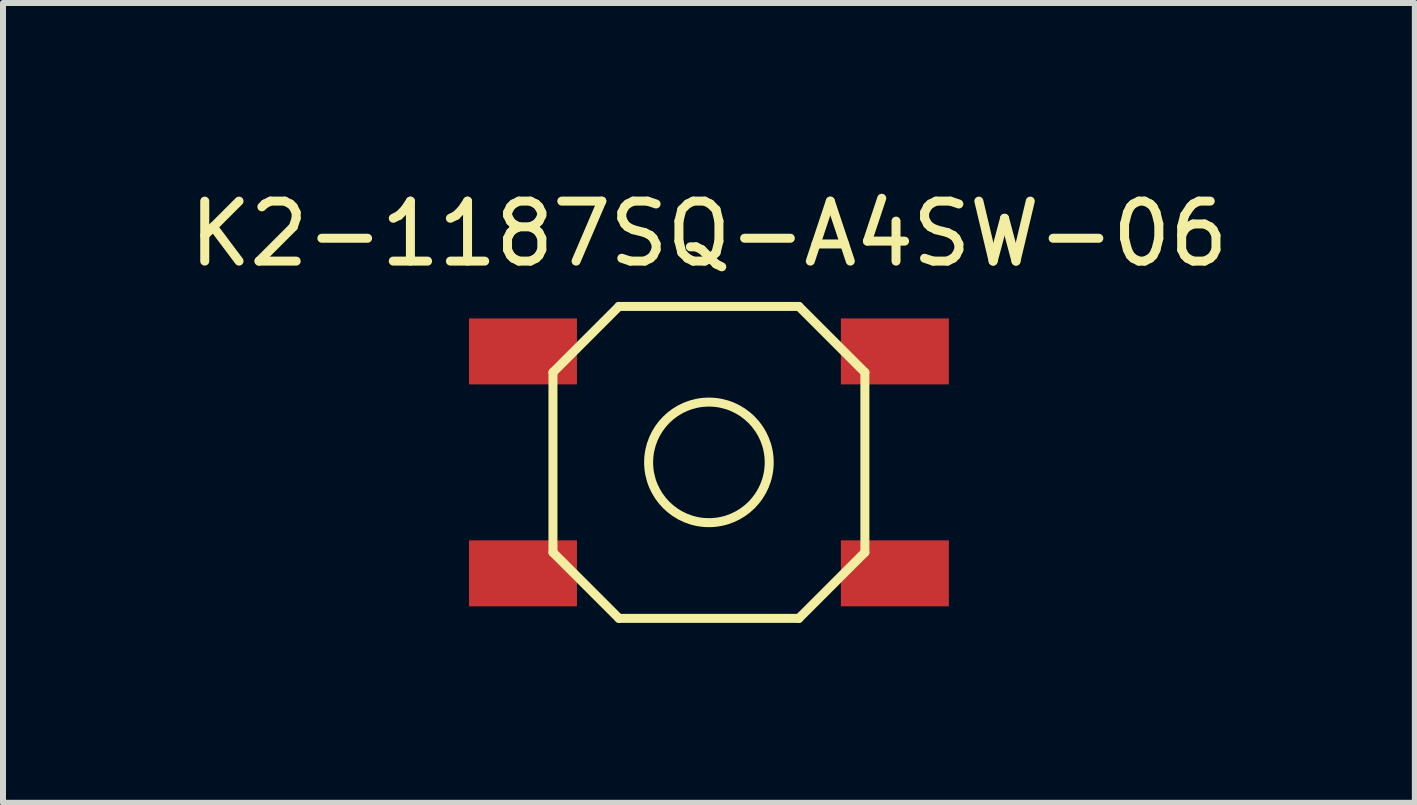
<source format=kicad_pcb>
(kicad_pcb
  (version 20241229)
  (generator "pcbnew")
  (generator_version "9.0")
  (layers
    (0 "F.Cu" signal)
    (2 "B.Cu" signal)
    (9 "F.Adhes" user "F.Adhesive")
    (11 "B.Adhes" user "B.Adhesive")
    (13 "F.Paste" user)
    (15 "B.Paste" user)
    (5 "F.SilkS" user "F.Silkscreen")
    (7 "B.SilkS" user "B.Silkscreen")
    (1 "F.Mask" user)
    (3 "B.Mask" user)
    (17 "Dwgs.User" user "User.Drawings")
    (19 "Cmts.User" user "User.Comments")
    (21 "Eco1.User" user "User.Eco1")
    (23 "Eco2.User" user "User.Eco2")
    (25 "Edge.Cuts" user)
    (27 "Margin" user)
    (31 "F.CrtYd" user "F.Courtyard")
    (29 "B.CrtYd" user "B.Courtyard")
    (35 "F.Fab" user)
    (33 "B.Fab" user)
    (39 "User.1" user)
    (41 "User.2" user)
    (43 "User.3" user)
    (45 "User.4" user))
  (footprint "K2-1187SQ-A4SW-06"
    (layer "F.Cu")
    (at 8.768 4.658)
    (property "Reference" "K2-1187SQ-A4SW-06" (at 0 -3.81 0) (layer "F.SilkS") (effects (font (size 1 1) (thickness 0.15))))
    (attr through_hole)
    (fp_line (start -2.6 -1.5) (end -2.6 1.5) (stroke (width 0.15) (type solid)) (layer "F.SilkS"))
    (fp_line (start -2.6 -1.5) (end -1.5 -2.6) (stroke (width 0.15) (type solid)) (layer "F.SilkS"))
    (fp_line (start -1.5 2.6) (end -2.6 1.5) (stroke (width 0.15) (type solid)) (layer "F.SilkS"))
    (fp_line (start -1.5 2.6) (end 1.5 2.6) (stroke (width 0.15) (type solid)) (layer "F.SilkS"))
    (fp_line (start 1.5 -2.6) (end -1.5 -2.6) (stroke (width 0.15) (type solid)) (layer "F.SilkS"))
    (fp_line (start 1.5 2.6) (end 2.6 1.5) (stroke (width 0.15) (type solid)) (layer "F.SilkS"))
    (fp_line (start 2.6 -1.5) (end 1.5 -2.6) (stroke (width 0.15) (type solid)) (layer "F.SilkS"))
    (fp_line (start 2.6 1.5) (end 2.6 -1.5) (stroke (width 0.15) (type solid)) (layer "F.SilkS"))
    (fp_circle (center 0 0) (end 1 0.1) (stroke (width 0.15) (type solid)) (fill no) (layer "F.SilkS"))
    (pad "1" smd rect (at -3.1 -1.85) (size 1.8 1.1) (layers "F.Cu" "F.Mask" "F.Paste"))
    (pad "1" smd rect (at 3.1 -1.85) (size 1.8 1.1) (layers "F.Cu" "F.Mask" "F.Paste"))
    (pad "2" smd rect (at -3.1 1.85) (size 1.8 1.1) (layers "F.Cu" "F.Mask" "F.Paste"))
    (pad "2" smd rect (at 3.1 1.85) (size 1.8 1.1) (layers "F.Cu" "F.Mask" "F.Paste")))
  (gr_rect
    (start -3 -3)
    (end 20.536 10.333)
    (stroke (width 0.1) (type default))
    (fill no)
    (layer "Edge.Cuts")))
</source>
